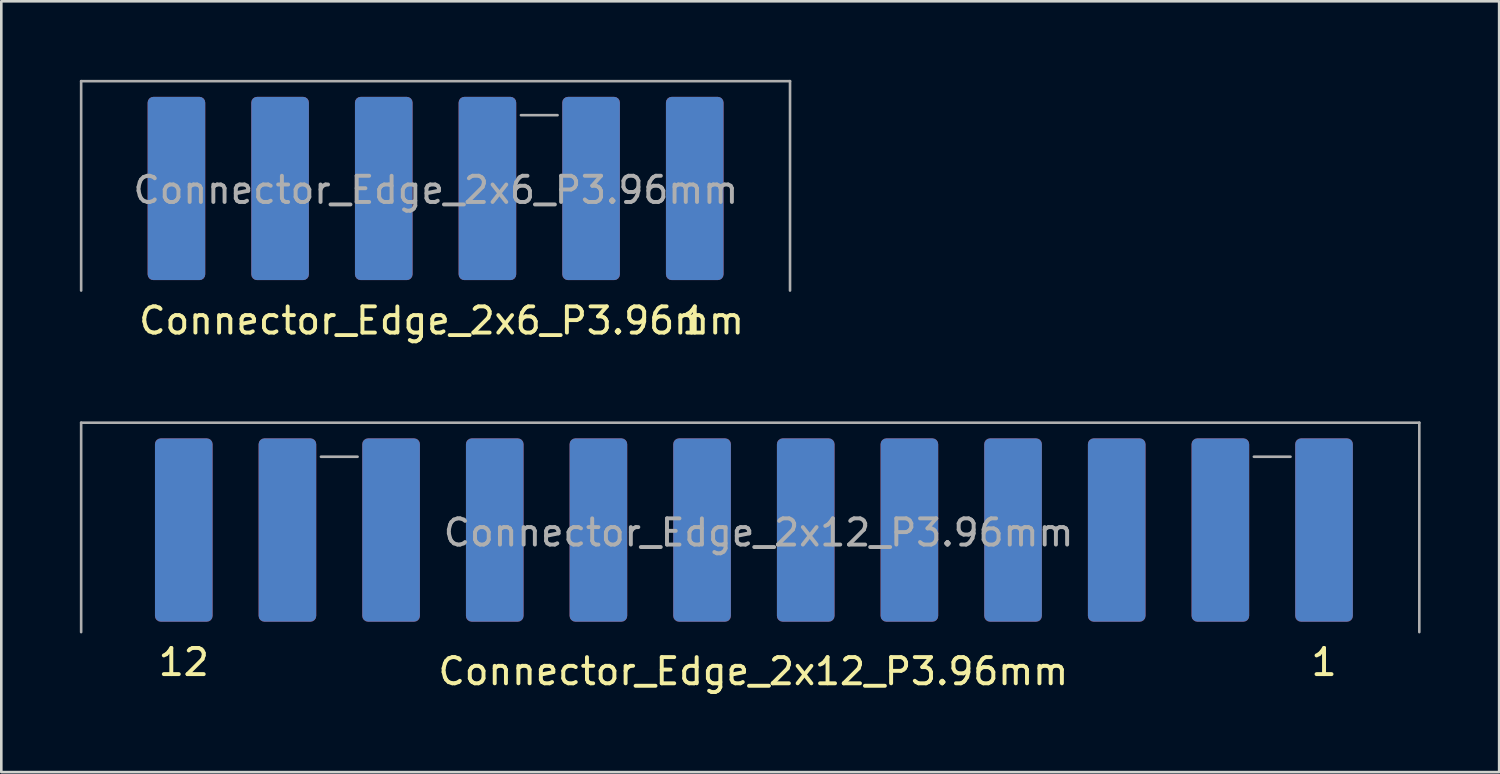
<source format=kicad_pcb>
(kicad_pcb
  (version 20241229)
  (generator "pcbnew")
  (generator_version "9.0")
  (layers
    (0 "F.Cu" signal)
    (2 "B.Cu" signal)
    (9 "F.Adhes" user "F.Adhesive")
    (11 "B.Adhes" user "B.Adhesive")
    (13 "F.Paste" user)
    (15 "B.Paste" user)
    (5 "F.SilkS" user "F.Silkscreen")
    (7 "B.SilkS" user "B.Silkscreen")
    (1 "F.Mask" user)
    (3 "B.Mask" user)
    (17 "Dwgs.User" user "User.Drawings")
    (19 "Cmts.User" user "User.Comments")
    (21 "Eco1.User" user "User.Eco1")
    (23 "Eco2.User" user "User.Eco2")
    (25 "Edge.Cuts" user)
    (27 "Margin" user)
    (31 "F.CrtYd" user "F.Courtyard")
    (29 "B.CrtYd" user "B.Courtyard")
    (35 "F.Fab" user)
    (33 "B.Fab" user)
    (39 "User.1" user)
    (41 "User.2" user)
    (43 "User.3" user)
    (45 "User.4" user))
  (footprint "Connector_Edge_2x6_P3.96mm"
    (layer "F.Cu")
    (at 23.49 4.15)
    (property "Reference" "Connector_Edge_2x6_P3.96mm" (at -9.67 5.05 0) (layer "F.SilkS") (effects (font (size 1 1) (thickness 0.15))))
    (attr through_hole)
    (fp_line (start -23.44 -4.1) (end -23.44 3.9) (stroke (width 0.1) (type solid)) (layer "F.Fab"))
    (fp_line (start -23.44 -4.1) (end 3.64 -4.1) (stroke (width 0.1) (type solid)) (layer "F.Fab"))
    (fp_line (start -5.24 -2.8) (end -6.64 -2.8) (stroke (width 0.1) (type solid)) (layer "F.Fab"))
    (fp_line (start 3.64 -4.1) (end 3.64 3.9) (stroke (width 0.1) (type solid)) (layer "F.Fab"))
    (fp_text user "1" (at 0 5.05 0) (layer "F.SilkS") (effects (font (size 1 1) (thickness 0.15))))
    (fp_text user "${REFERENCE}" (at -9.89 0.06 0) (layer "F.Fab") (effects (font (size 1 1) (thickness 0.15))))
    (pad "1" smd roundrect (at 0 0) (size 2.2 7) (layers "F.Cu" "F.Mask" "F.Paste") (roundrect_rratio 0.1))
    (pad "2" smd roundrect (at -3.96 0) (size 2.2 7) (layers "F.Cu" "F.Mask" "F.Paste") (roundrect_rratio 0.1))
    (pad "3" smd roundrect (at -7.92 0) (size 2.2 7) (layers "F.Cu" "F.Mask" "F.Paste") (roundrect_rratio 0.1))
    (pad "4" smd roundrect (at -11.88 0) (size 2.2 7) (layers "F.Cu" "F.Mask" "F.Paste") (roundrect_rratio 0.1))
    (pad "5" smd roundrect (at -15.84 0) (size 2.2 7) (layers "F.Cu" "F.Mask" "F.Paste") (roundrect_rratio 0.1))
    (pad "6" smd roundrect (at -19.8 0) (size 2.2 7) (layers "F.Cu" "F.Mask" "F.Paste") (roundrect_rratio 0.1))
    (pad "A" smd roundrect (at 0 0) (size 2.2 7) (layers "F.Mask" "B.Cu" "F.Paste") (roundrect_rratio 0.1))
    (pad "B" smd roundrect (at -3.96 0) (size 2.2 7) (layers "F.Mask" "B.Cu" "F.Paste") (roundrect_rratio 0.1))
    (pad "C" smd roundrect (at -7.92 0) (size 2.2 7) (layers "F.Mask" "B.Cu" "F.Paste") (roundrect_rratio 0.1))
    (pad "D" smd roundrect (at -11.88 0) (size 2.2 7) (layers "F.Mask" "B.Cu" "F.Paste") (roundrect_rratio 0.1))
    (pad "E" smd roundrect (at -15.84 0) (size 2.2 7) (layers "F.Mask" "B.Cu" "F.Paste") (roundrect_rratio 0.1))
    (pad "F" smd roundrect (at -19.8 0) (size 2.2 7) (layers "F.Mask" "B.Cu" "F.Paste") (roundrect_rratio 0.1)))
  (footprint "Connector_Edge_2x12_P3.96mm"
    (layer "F.Cu")
    (at 47.53 17.198)
    (property "Reference" "Connector_Edge_2x12_P3.96mm" (at -21.8 5.4 0) (layer "F.SilkS") (effects (font (size 1 1) (thickness 0.15))))
    (attr through_hole)
    (fp_line (start -47.48 -4.1) (end -47.48 3.9) (stroke (width 0.1) (type solid)) (layer "F.Fab"))
    (fp_line (start -47.48 -4.1) (end 3.64 -4.1) (stroke (width 0.1) (type solid)) (layer "F.Fab"))
    (fp_line (start -36.92 -2.8) (end -38.32 -2.8) (stroke (width 0.1) (type solid)) (layer "F.Fab"))
    (fp_line (start -1.28 -2.8) (end -2.68 -2.8) (stroke (width 0.1) (type solid)) (layer "F.Fab"))
    (fp_line (start 3.64 -4.1) (end 3.64 3.9) (stroke (width 0.1) (type solid)) (layer "F.Fab"))
    (fp_text user "1" (at 0 5.05 0) (layer "F.SilkS") (effects (font (size 1 1) (thickness 0.15))))
    (fp_text user "12" (at -43.56 5.05 0) (layer "F.SilkS") (effects (font (size 1 1) (thickness 0.15))))
    (fp_text user "${REFERENCE}" (at -21.6 0.1 0) (layer "F.Fab") (effects (font (size 1 1) (thickness 0.15))))
    (pad "1" smd roundrect (at 0 0) (size 2.2 7) (layers "F.Cu" "F.Mask" "F.Paste") (roundrect_rratio 0.1))
    (pad "2" smd roundrect (at -3.96 0) (size 2.2 7) (layers "F.Cu" "F.Mask" "F.Paste") (roundrect_rratio 0.1))
    (pad "3" smd roundrect (at -7.92 0) (size 2.2 7) (layers "F.Cu" "F.Mask" "F.Paste") (roundrect_rratio 0.1))
    (pad "4" smd roundrect (at -11.88 0) (size 2.2 7) (layers "F.Cu" "F.Mask" "F.Paste") (roundrect_rratio 0.1))
    (pad "5" smd roundrect (at -15.84 0) (size 2.2 7) (layers "F.Cu" "F.Mask" "F.Paste") (roundrect_rratio 0.1))
    (pad "6" smd roundrect (at -19.8 0) (size 2.2 7) (layers "F.Cu" "F.Mask" "F.Paste") (roundrect_rratio 0.1))
    (pad "7" smd roundrect (at -23.76 0) (size 2.2 7) (layers "F.Cu" "F.Mask" "F.Paste") (roundrect_rratio 0.1))
    (pad "8" smd roundrect (at -27.72 0) (size 2.2 7) (layers "F.Cu" "F.Mask" "F.Paste") (roundrect_rratio 0.1))
    (pad "9" smd roundrect (at -31.68 0) (size 2.2 7) (layers "F.Cu" "F.Mask" "F.Paste") (roundrect_rratio 0.1))
    (pad "10" smd roundrect (at -35.64 0) (size 2.2 7) (layers "F.Cu" "F.Mask" "F.Paste") (roundrect_rratio 0.1))
    (pad "11" smd roundrect (at -39.6 0) (size 2.2 7) (layers "F.Cu" "F.Mask" "F.Paste") (roundrect_rratio 0.1))
    (pad "12" smd roundrect (at -43.56 0) (size 2.2 7) (layers "F.Cu" "F.Mask" "F.Paste") (roundrect_rratio 0.1))
    (pad "A" smd roundrect (at 0 0) (size 2.2 7) (layers "F.Mask" "B.Cu" "F.Paste") (roundrect_rratio 0.1))
    (pad "B" smd roundrect (at -3.96 0) (size 2.2 7) (layers "F.Mask" "B.Cu" "F.Paste") (roundrect_rratio 0.1))
    (pad "C" smd roundrect (at -7.92 0) (size 2.2 7) (layers "F.Mask" "B.Cu" "F.Paste") (roundrect_rratio 0.1))
    (pad "D" smd roundrect (at -11.88 0) (size 2.2 7) (layers "F.Mask" "B.Cu" "F.Paste") (roundrect_rratio 0.1))
    (pad "E" smd roundrect (at -15.84 0) (size 2.2 7) (layers "F.Mask" "B.Cu" "F.Paste") (roundrect_rratio 0.1))
    (pad "F" smd roundrect (at -19.8 0) (size 2.2 7) (layers "F.Mask" "B.Cu" "F.Paste") (roundrect_rratio 0.1))
    (pad "H" smd roundrect (at -23.76 0) (size 2.2 7) (layers "F.Mask" "B.Cu" "F.Paste") (roundrect_rratio 0.1))
    (pad "J" smd roundrect (at -27.72 0) (size 2.2 7) (layers "F.Mask" "B.Cu" "F.Paste") (roundrect_rratio 0.1))
    (pad "K" smd roundrect (at -31.68 0) (size 2.2 7) (layers "F.Mask" "B.Cu" "F.Paste") (roundrect_rratio 0.1))
    (pad "L" smd roundrect (at -35.64 0) (size 2.2 7) (layers "F.Mask" "B.Cu" "F.Paste") (roundrect_rratio 0.1))
    (pad "M" smd roundrect (at -39.6 0) (size 2.2 7) (layers "F.Mask" "B.Cu" "F.Paste") (roundrect_rratio 0.1))
    (pad "N" smd roundrect (at -43.56 0) (size 2.2 7) (layers "F.Mask" "B.Cu" "F.Paste") (roundrect_rratio 0.1)))
  (gr_rect
    (start -3 -3)
    (end 54.22 26.447)
    (stroke (width 0.1) (type default))
    (fill no)
    (layer "Edge.Cuts")))
</source>
